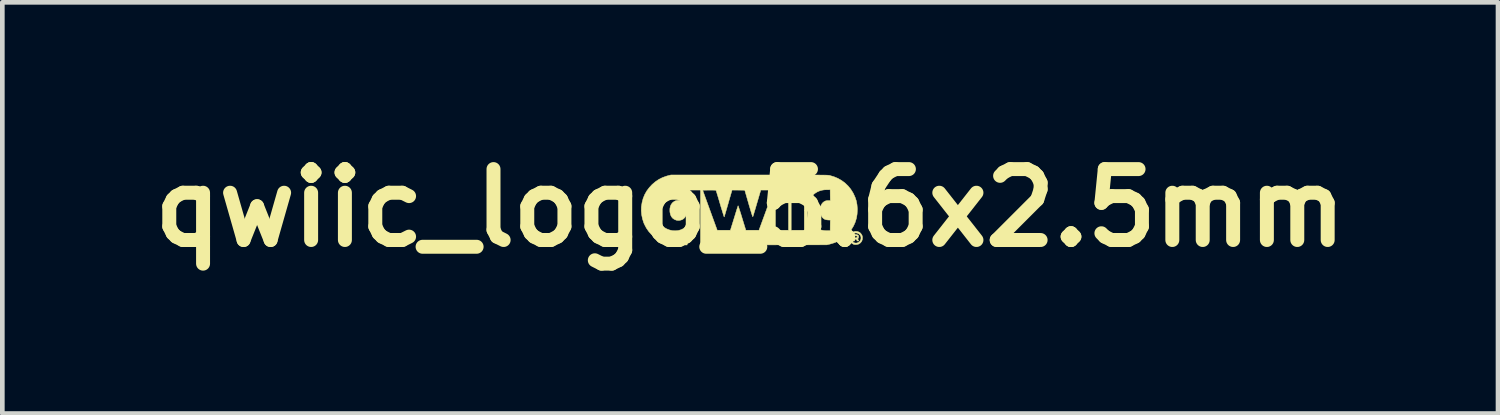
<source format=kicad_pcb>
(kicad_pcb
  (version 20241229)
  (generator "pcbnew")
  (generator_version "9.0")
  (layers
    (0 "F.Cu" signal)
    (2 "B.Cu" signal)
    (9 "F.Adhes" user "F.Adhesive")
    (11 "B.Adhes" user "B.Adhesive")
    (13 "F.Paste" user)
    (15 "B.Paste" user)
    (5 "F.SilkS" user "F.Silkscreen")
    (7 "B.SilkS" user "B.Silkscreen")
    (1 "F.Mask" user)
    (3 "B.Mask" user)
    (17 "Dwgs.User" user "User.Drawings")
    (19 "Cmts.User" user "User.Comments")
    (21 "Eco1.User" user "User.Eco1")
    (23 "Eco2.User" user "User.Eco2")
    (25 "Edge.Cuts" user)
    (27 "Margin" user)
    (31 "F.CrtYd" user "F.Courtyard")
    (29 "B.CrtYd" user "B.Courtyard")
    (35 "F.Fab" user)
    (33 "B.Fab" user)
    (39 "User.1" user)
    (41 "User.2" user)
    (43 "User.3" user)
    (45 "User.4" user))
  (footprint "qwiic_logo_5.6x2.5mm"
    (layer "F.Cu")
    (at 13.07 1.418)
    (property "Reference" "qwiic_logo_5.6x2.5mm" (at 0 0 0) (layer "F.SilkS") (effects (font (size 1.524 1.524) (thickness 0.3))))
    (attr through_hole)
    (fp_poly (pts (xy -1.499 -0.16) (xy -1.463 -0.148) (xy -1.431 -0.127) (xy -1.422 -0.12) (xy -1.393 -0.088) (xy -1.373 -0.051) (xy -1.36 -0.008) (xy -1.355 0.041) (xy -1.356 0.072) (xy -1.358 0.099) (xy -1.361 0.119) (xy -1.366 0.137) (xy -1.375 0.156) (xy -1.381 0.168) (xy -1.405 0.207) (xy -1.434 0.235) (xy -1.469 0.255) (xy -1.51 0.266) (xy -1.532 0.269) (xy -1.555 0.268) (xy -1.579 0.265) (xy -1.586 0.264) (xy -1.63 0.246) (xy -1.665 0.221) (xy -1.693 0.187) (xy -1.712 0.146) (xy -1.723 0.097) (xy -1.726 0.07) (xy -1.725 0.016) (xy -1.716 -0.031) (xy -1.699 -0.072) (xy -1.673 -0.107) (xy -1.658 -0.121) (xy -1.626 -0.144) (xy -1.591 -0.158) (xy -1.55 -0.164) (xy -1.541 -0.164) (xy -1.499 -0.16)) (stroke (width 0.01) (type solid)) (fill yes) (layer "F.SilkS"))
    (fp_poly (pts (xy 2.248 0.57) (xy 2.278 0.572) (xy 2.303 0.578) (xy 2.32 0.586) (xy 2.325 0.593) (xy 2.331 0.611) (xy 2.33 0.632) (xy 2.323 0.65) (xy 2.32 0.655) (xy 2.312 0.663) (xy 2.312 0.67) (xy 2.318 0.681) (xy 2.319 0.682) (xy 2.329 0.698) (xy 2.334 0.707) (xy 2.331 0.71) (xy 2.322 0.711) (xy 2.318 0.711) (xy 2.305 0.71) (xy 2.296 0.702) (xy 2.29 0.691) (xy 2.282 0.678) (xy 2.272 0.672) (xy 2.264 0.672) (xy 2.252 0.673) (xy 2.247 0.678) (xy 2.246 0.691) (xy 2.245 0.705) (xy 2.241 0.71) (xy 2.232 0.711) (xy 2.218 0.711) (xy 2.218 0.644) (xy 2.246 0.644) (xy 2.27 0.642) (xy 2.289 0.638) (xy 2.3 0.631) (xy 2.303 0.618) (xy 2.296 0.607) (xy 2.28 0.601) (xy 2.27 0.599) (xy 2.246 0.598) (xy 2.246 0.644) (xy 2.218 0.644) (xy 2.218 0.57) (xy 2.248 0.57)) (stroke (width 0.01) (type solid)) (fill yes) (layer "F.SilkS"))
    (fp_poly (pts (xy 2.301 0.506) (xy 2.337 0.518) (xy 2.361 0.533) (xy 2.375 0.546) (xy 2.389 0.565) (xy 2.397 0.577) (xy 2.406 0.596) (xy 2.411 0.614) (xy 2.413 0.635) (xy 2.413 0.646) (xy 2.408 0.687) (xy 2.393 0.722) (xy 2.368 0.752) (xy 2.334 0.775) (xy 2.312 0.782) (xy 2.284 0.787) (xy 2.256 0.788) (xy 2.233 0.785) (xy 2.227 0.784) (xy 2.192 0.765) (xy 2.164 0.739) (xy 2.144 0.708) (xy 2.132 0.674) (xy 2.13 0.641) (xy 2.162 0.641) (xy 2.165 0.672) (xy 2.176 0.702) (xy 2.186 0.715) (xy 2.213 0.738) (xy 2.244 0.752) (xy 2.277 0.756) (xy 2.309 0.749) (xy 2.313 0.748) (xy 2.342 0.73) (xy 2.363 0.706) (xy 2.377 0.678) (xy 2.382 0.648) (xy 2.379 0.617) (xy 2.366 0.589) (xy 2.355 0.574) (xy 2.327 0.552) (xy 2.296 0.54) (xy 2.264 0.537) (xy 2.232 0.545) (xy 2.202 0.562) (xy 2.183 0.582) (xy 2.168 0.61) (xy 2.162 0.641) (xy 2.13 0.641) (xy 2.129 0.637) (xy 2.137 0.601) (xy 2.144 0.583) (xy 2.166 0.55) (xy 2.195 0.526) (xy 2.229 0.51) (xy 2.265 0.503) (xy 2.301 0.506)) (stroke (width 0.01) (type solid)) (fill yes) (layer "F.SilkS"))
    (fp_poly (pts (xy 0.144 -0.708) (xy 0.296 -0.708) (xy 0.438 -0.708) (xy 0.57 -0.708) (xy 0.692 -0.708) (xy 0.805 -0.708) (xy 0.909 -0.708) (xy 1.004 -0.708) (xy 1.091 -0.708) (xy 1.17 -0.708) (xy 1.242 -0.708) (xy 1.307 -0.708) (xy 1.365 -0.707) (xy 1.417 -0.707) (xy 1.463 -0.707) (xy 1.503 -0.706) (xy 1.539 -0.706) (xy 1.569 -0.706) (xy 1.596 -0.705) (xy 1.618 -0.705) (xy 1.637 -0.704) (xy 1.653 -0.704) (xy 1.666 -0.703) (xy 1.677 -0.702) (xy 1.686 -0.701) (xy 1.693 -0.701) (xy 1.699 -0.7) (xy 1.704 -0.699) (xy 1.707 -0.698) (xy 1.799 -0.671) (xy 1.885 -0.635) (xy 1.964 -0.59) (xy 2.037 -0.536) (xy 2.102 -0.474) (xy 2.16 -0.404) (xy 2.209 -0.326) (xy 2.22 -0.305) (xy 2.255 -0.228) (xy 2.281 -0.15) (xy 2.296 -0.069) (xy 2.303 0.016) (xy 2.303 0.039) (xy 2.298 0.133) (xy 2.283 0.222) (xy 2.257 0.307) (xy 2.221 0.387) (xy 2.175 0.463) (xy 2.118 0.535) (xy 2.093 0.562) (xy 2.029 0.622) (xy 1.962 0.672) (xy 1.89 0.714) (xy 1.811 0.748) (xy 1.725 0.774) (xy 1.7 0.78) (xy 1.645 0.793) (xy 0.289 0.794) (xy -1.067 0.796) (xy -1.067 -0.381) (xy -1.021 -0.381) (xy -0.708 0.48) (xy -0.567 0.48) (xy -0.425 0.48) (xy -0.344 0.219) (xy -0.328 0.167) (xy -0.313 0.118) (xy -0.299 0.073) (xy -0.287 0.034) (xy -0.276 0.002) (xy -0.268 -0.023) (xy -0.262 -0.04) (xy -0.26 -0.047) (xy -0.26 -0.047) (xy -0.257 -0.042) (xy -0.252 -0.028) (xy -0.244 -0.005) (xy -0.234 0.026) (xy -0.222 0.063) (xy -0.208 0.106) (xy -0.193 0.154) (xy -0.177 0.206) (xy -0.175 0.214) (xy -0.093 0.48) (xy 0.048 0.48) (xy 0.189 0.48) (xy 0.346 0.052) (xy 0.37 -0.015) (xy 0.393 -0.078) (xy 0.415 -0.138) (xy 0.435 -0.193) (xy 0.453 -0.242) (xy 0.468 -0.285) (xy 0.481 -0.321) (xy 0.492 -0.349) (xy 0.499 -0.369) (xy 0.502 -0.379) (xy 0.502 -0.38) (xy 0.497 -0.381) (xy 0.482 -0.382) (xy 0.458 -0.383) (xy 0.428 -0.383) (xy 0.393 -0.384) (xy 0.365 -0.384) (xy 0.542 -0.384) (xy 0.542 0.48) (xy 0.824 0.48) (xy 0.824 -0.384) (xy 0.881 -0.384) (xy 0.881 0.48) (xy 1.163 0.48) (xy 1.163 0.051) (xy 1.222 0.051) (xy 1.223 0.096) (xy 1.225 0.133) (xy 1.229 0.164) (xy 1.235 0.192) (xy 1.245 0.221) (xy 1.259 0.252) (xy 1.268 0.27) (xy 1.301 0.325) (xy 1.343 0.373) (xy 1.392 0.413) (xy 1.431 0.436) (xy 1.483 0.459) (xy 1.532 0.476) (xy 1.583 0.485) (xy 1.639 0.489) (xy 1.665 0.489) (xy 1.719 0.488) (xy 1.72 0.375) (xy 1.722 0.261) (xy 1.672 0.259) (xy 1.632 0.254) (xy 1.599 0.243) (xy 1.572 0.225) (xy 1.555 0.208) (xy 1.531 0.172) (xy 1.515 0.13) (xy 1.505 0.086) (xy 1.503 0.039) (xy 1.508 -0.006) (xy 1.52 -0.048) (xy 1.539 -0.086) (xy 1.565 -0.117) (xy 1.593 -0.138) (xy 1.621 -0.151) (xy 1.653 -0.157) (xy 1.678 -0.158) (xy 1.722 -0.158) (xy 1.72 -0.275) (xy 1.719 -0.392) (xy 1.648 -0.391) (xy 1.592 -0.389) (xy 1.543 -0.381) (xy 1.496 -0.368) (xy 1.449 -0.348) (xy 1.439 -0.343) (xy 1.394 -0.315) (xy 1.35 -0.279) (xy 1.312 -0.238) (xy 1.28 -0.194) (xy 1.271 -0.177) (xy 1.254 -0.141) (xy 1.24 -0.107) (xy 1.231 -0.073) (xy 1.226 -0.038) (xy 1.223 0.004) (xy 1.222 0.051) (xy 1.163 0.051) (xy 1.163 -0.384) (xy 0.881 -0.384) (xy 0.824 -0.384) (xy 0.542 -0.384) (xy 0.365 -0.384) (xy 0.228 -0.384) (xy 0.147 -0.109) (xy 0.131 -0.055) (xy 0.116 -0.003) (xy 0.102 0.044) (xy 0.089 0.086) (xy 0.079 0.122) (xy 0.07 0.151) (xy 0.064 0.171) (xy 0.06 0.182) (xy 0.06 0.183) (xy 0.058 0.186) (xy 0.057 0.187) (xy 0.055 0.187) (xy 0.053 0.185) (xy 0.05 0.179) (xy 0.047 0.169) (xy 0.042 0.155) (xy 0.036 0.136) (xy 0.028 0.112) (xy 0.019 0.081) (xy 0.007 0.043) (xy -0.006 -0.002) (xy -0.022 -0.055) (xy -0.04 -0.118) (xy -0.061 -0.19) (xy -0.084 -0.271) (xy -0.089 -0.288) (xy -0.116 -0.381) (xy -0.253 -0.383) (xy -0.389 -0.384) (xy -0.403 -0.337) (xy -0.407 -0.322) (xy -0.415 -0.297) (xy -0.424 -0.264) (xy -0.436 -0.225) (xy -0.449 -0.18) (xy -0.463 -0.131) (xy -0.477 -0.08) (xy -0.486 -0.051) (xy -0.5 -0.001) (xy -0.514 0.046) (xy -0.526 0.088) (xy -0.537 0.125) (xy -0.546 0.155) (xy -0.553 0.177) (xy -0.557 0.19) (xy -0.559 0.193) (xy -0.561 0.189) (xy -0.566 0.175) (xy -0.573 0.151) (xy -0.583 0.12) (xy -0.595 0.082) (xy -0.608 0.038) (xy -0.623 -0.01) (xy -0.639 -0.063) (xy -0.646 -0.087) (xy -0.662 -0.142) (xy -0.677 -0.193) (xy -0.691 -0.24) (xy -0.704 -0.282) (xy -0.715 -0.318) (xy -0.723 -0.346) (xy -0.73 -0.366) (xy -0.733 -0.376) (xy -0.734 -0.378) (xy -0.74 -0.38) (xy -0.755 -0.381) (xy -0.78 -0.382) (xy -0.816 -0.383) (xy -0.862 -0.383) (xy -0.879 -0.383) (xy -1.021 -0.381) (xy -1.067 -0.381) (xy -1.067 -0.384) (xy -1.355 -0.384) (xy -1.355 -0.274) (xy -1.384 -0.303) (xy -1.428 -0.339) (xy -1.477 -0.367) (xy -1.507 -0.379) (xy -1.536 -0.386) (xy -1.573 -0.39) (xy -1.614 -0.392) (xy -1.655 -0.392) (xy -1.694 -0.388) (xy -1.726 -0.382) (xy -1.727 -0.382) (xy -1.788 -0.359) (xy -1.844 -0.327) (xy -1.892 -0.286) (xy -1.934 -0.237) (xy -1.966 -0.183) (xy -1.987 -0.131) (xy -2.002 -0.072) (xy -2.012 -0.009) (xy -2.014 0.055) (xy -2.011 0.103) (xy -2.005 0.148) (xy -1.997 0.186) (xy -1.987 0.221) (xy -1.973 0.256) (xy -1.961 0.282) (xy -1.929 0.336) (xy -1.889 0.383) (xy -1.843 0.422) (xy -1.795 0.45) (xy -1.733 0.474) (xy -1.669 0.488) (xy -1.61 0.491) (xy -1.548 0.486) (xy -1.492 0.471) (xy -1.44 0.447) (xy -1.395 0.413) (xy -1.388 0.406) (xy -1.355 0.374) (xy -1.355 0.796) (xy -1.492 0.795) (xy -1.531 0.795) (xy -1.568 0.794) (xy -1.601 0.794) (xy -1.627 0.793) (xy -1.645 0.792) (xy -1.651 0.792) (xy -1.74 0.778) (xy -1.826 0.755) (xy -1.908 0.721) (xy -1.985 0.679) (xy -2.057 0.628) (xy -2.122 0.57) (xy -2.18 0.505) (xy -2.23 0.433) (xy -2.271 0.355) (xy -2.287 0.319) (xy -2.314 0.234) (xy -2.332 0.147) (xy -2.34 0.061) (xy -2.338 -0.022) (xy -2.323 -0.116) (xy -2.3 -0.204) (xy -2.266 -0.287) (xy -2.222 -0.365) (xy -2.167 -0.438) (xy -2.107 -0.503) (xy -2.038 -0.562) (xy -1.964 -0.612) (xy -1.885 -0.652) (xy -1.799 -0.683) (xy -1.763 -0.693) (xy -1.702 -0.708) (xy -0.02 -0.708) (xy 0.144 -0.708)) (stroke (width 0.01) (type solid)) (fill yes) (layer "F.SilkS")))
  (gr_rect
    (start -3 -3)
    (end 29.14 5.836)
    (stroke (width 0.1) (type default))
    (fill no)
    (layer "Edge.Cuts")))
</source>
